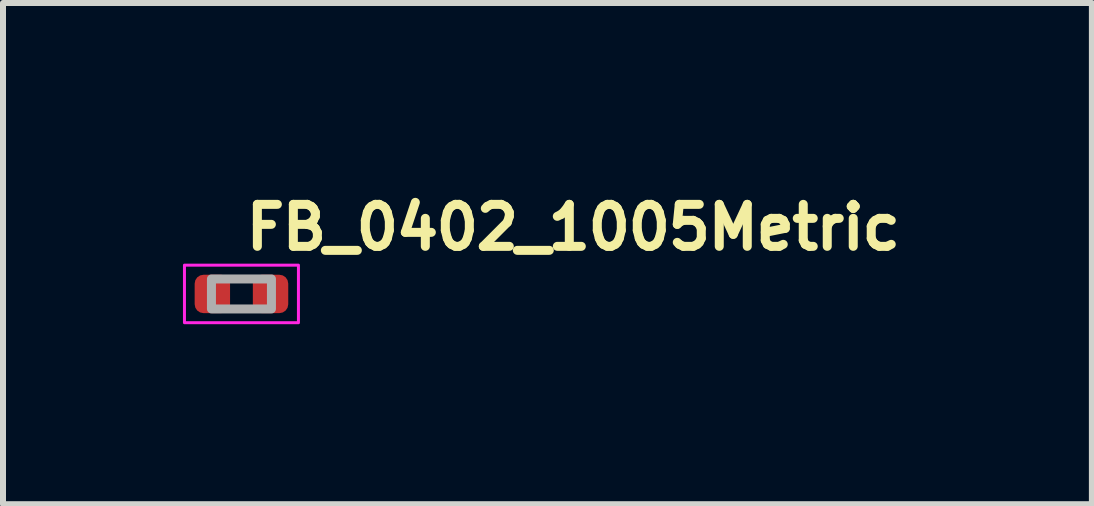
<source format=kicad_pcb>
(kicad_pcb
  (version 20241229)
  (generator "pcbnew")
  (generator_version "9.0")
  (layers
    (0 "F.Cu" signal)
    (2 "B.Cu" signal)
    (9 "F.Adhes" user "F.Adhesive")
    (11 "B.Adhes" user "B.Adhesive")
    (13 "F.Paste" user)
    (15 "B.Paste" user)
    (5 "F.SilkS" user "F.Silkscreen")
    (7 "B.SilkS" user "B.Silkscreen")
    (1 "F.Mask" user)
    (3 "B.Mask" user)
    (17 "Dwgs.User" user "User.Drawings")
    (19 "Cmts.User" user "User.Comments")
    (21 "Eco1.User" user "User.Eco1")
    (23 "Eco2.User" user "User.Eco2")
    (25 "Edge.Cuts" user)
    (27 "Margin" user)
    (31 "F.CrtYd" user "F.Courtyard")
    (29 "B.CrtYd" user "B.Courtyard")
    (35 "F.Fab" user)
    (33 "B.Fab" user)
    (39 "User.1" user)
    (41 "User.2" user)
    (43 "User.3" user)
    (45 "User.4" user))
  (footprint "FB_0402_1005Metric"
    (layer "F.Cu")
    (at 0.975 1.85)
    (property "Reference" "FB_0402_1005Metric" (at 0 -0.7 0) (layer "F.SilkS") (effects (font (size 0.7 0.7) (thickness 0.15)) (justify left bottom)))
    (attr smd)
    (fp_rect (start -0.95 -0.48) (end 0.95 0.48) (stroke (width 0.05) (type solid)) (fill no) (layer "F.CrtYd"))
    (fp_rect (start -0.5 -0.25) (end 0.5 0.25) (stroke (width 0.15) (type solid)) (fill no) (layer "F.Fab"))
    (fp_rect (start -0.5 -0.25) (end 0.5 0.25) (stroke (width 0.1) (type solid)) (fill no) (layer "User.5"))
    (fp_line (start -0.5 0.248) (end -0.5 -0.25) (stroke (width 0.02) (type solid)) (layer "User.9"))
    (fp_line (start -0.25 -0.25) (end -0.5 -0.25) (stroke (width 0.02) (type solid)) (layer "User.9"))
    (fp_line (start -0.25 0.248) (end -0.5 0.248) (stroke (width 0.02) (type solid)) (layer "User.9"))
    (fp_line (start -0.25 0.248) (end -0.25 -0.25) (stroke (width 0.02) (type solid)) (layer "User.9"))
    (fp_line (start 0.248 -0.25) (end 0.248 0.248) (stroke (width 0.02) (type solid)) (layer "User.9"))
    (fp_line (start 0.248 -0.232) (end -0.25 -0.232) (stroke (width 0.02) (type solid)) (layer "User.9"))
    (fp_line (start 0.248 0.23) (end -0.25 0.23) (stroke (width 0.02) (type solid)) (layer "User.9"))
    (fp_line (start 0.248 0.248) (end 0.498 0.248) (stroke (width 0.02) (type solid)) (layer "User.9"))
    (fp_line (start 0.498 -0.25) (end 0.248 -0.25) (stroke (width 0.02) (type solid)) (layer "User.9"))
    (fp_line (start 0.498 0.248) (end 0.498 -0.25) (stroke (width 0.02) (type solid)) (layer "User.9"))
    (pad "1" smd roundrect (at -0.485 0) (size 0.59 0.64) (layers "F.Cu" "F.Mask" "F.Paste") (roundrect_rratio 0.25))
    (pad "2" smd roundrect (at 0.485 0) (size 0.59 0.64) (layers "F.Cu" "F.Mask" "F.Paste") (roundrect_rratio 0.25)))
  (gr_rect
    (start -3 -3)
    (end 15.152 5.355)
    (stroke (width 0.1) (type default))
    (fill no)
    (layer "Edge.Cuts")))
</source>
